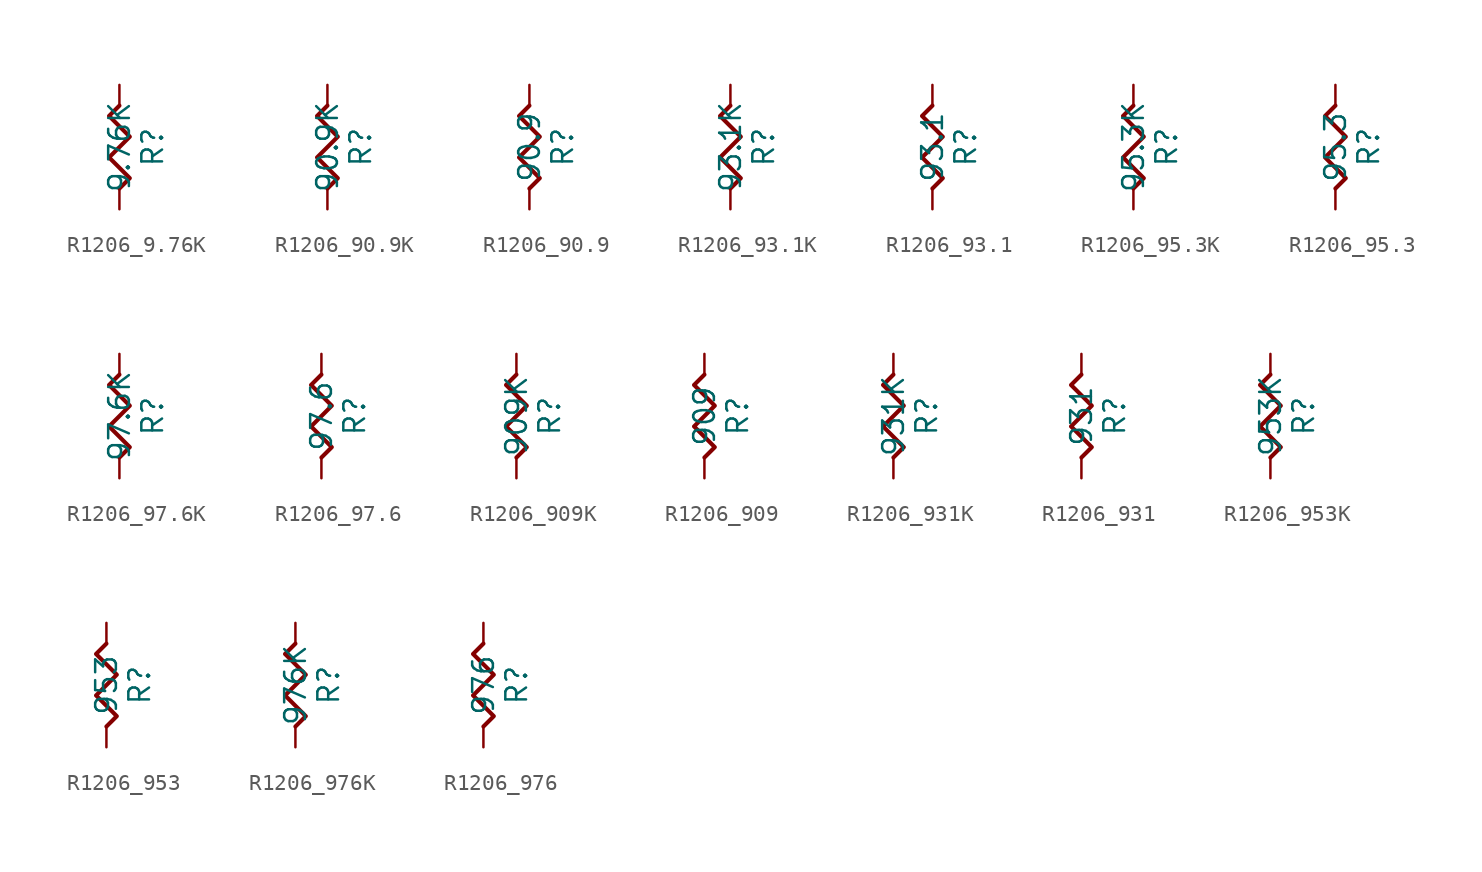
<source format=kicad_sym>
(kicad_symbol_lib
  (version 20211014)
  (generator atlantix-eda)
  (symbol "R1206_9.76K"
    (pin_numbers hide)
    (pin_names
      (offset 0))
    (property "Reference" "R"
      (at 2.032 0 90)
      (effects (font (size 1.27 1.27))))
    (property "Value" "9.76K"
      (at 0 0 90)
      (effects (font (size 1.27 1.27))))
    (symbol "R1206_9.76K_0_1"
      (polyline (pts (xy 0 -2.54) (xy 0.635 -1.905) (xy -0.635 -0.635) (xy 0.635 0.635) (xy -0.635 1.905) (xy 0 2.54)) (stroke (width 0.254) (type default) (color 0 0 0 0)) (fill (type none))))
    (symbol "R1206_9.76K_1_1"
      (pin passive line (at 0 3.81 270) (length 1.27) (name "~" (effects (font (size 1.27 1.27)))) (number "1" (effects (font (size 1.27 1.27)))))
      (pin passive line (at 0 -3.81 90) (length 1.27) (name "~" (effects (font (size 1.27 1.27)))) (number "2" (effects (font (size 1.27 1.27)))))))
  (symbol "R1206_90.9K"
    (pin_numbers hide)
    (pin_names
      (offset 0))
    (property "Reference" "R"
      (at 2.032 0 90)
      (effects (font (size 1.27 1.27))))
    (property "Value" "90.9K"
      (at 0 0 90)
      (effects (font (size 1.27 1.27))))
    (symbol "R1206_90.9K_0_1"
      (polyline (pts (xy 0 -2.54) (xy 0.635 -1.905) (xy -0.635 -0.635) (xy 0.635 0.635) (xy -0.635 1.905) (xy 0 2.54)) (stroke (width 0.254) (type default) (color 0 0 0 0)) (fill (type none))))
    (symbol "R1206_90.9K_1_1"
      (pin passive line (at 0 3.81 270) (length 1.27) (name "~" (effects (font (size 1.27 1.27)))) (number "1" (effects (font (size 1.27 1.27)))))
      (pin passive line (at 0 -3.81 90) (length 1.27) (name "~" (effects (font (size 1.27 1.27)))) (number "2" (effects (font (size 1.27 1.27)))))))
  (symbol "R1206_90.9"
    (pin_numbers hide)
    (pin_names
      (offset 0))
    (property "Reference" "R"
      (at 2.032 0 90)
      (effects (font (size 1.27 1.27))))
    (property "Value" "90.9"
      (at 0 0 90)
      (effects (font (size 1.27 1.27))))
    (symbol "R1206_90.9_0_1"
      (polyline (pts (xy 0 -2.54) (xy 0.635 -1.905) (xy -0.635 -0.635) (xy 0.635 0.635) (xy -0.635 1.905) (xy 0 2.54)) (stroke (width 0.254) (type default) (color 0 0 0 0)) (fill (type none))))
    (symbol "R1206_90.9_1_1"
      (pin passive line (at 0 3.81 270) (length 1.27) (name "~" (effects (font (size 1.27 1.27)))) (number "1" (effects (font (size 1.27 1.27)))))
      (pin passive line (at 0 -3.81 90) (length 1.27) (name "~" (effects (font (size 1.27 1.27)))) (number "2" (effects (font (size 1.27 1.27)))))))
  (symbol "R1206_93.1K"
    (pin_numbers hide)
    (pin_names
      (offset 0))
    (property "Reference" "R"
      (at 2.032 0 90)
      (effects (font (size 1.27 1.27))))
    (property "Value" "93.1K"
      (at 0 0 90)
      (effects (font (size 1.27 1.27))))
    (symbol "R1206_93.1K_0_1"
      (polyline (pts (xy 0 -2.54) (xy 0.635 -1.905) (xy -0.635 -0.635) (xy 0.635 0.635) (xy -0.635 1.905) (xy 0 2.54)) (stroke (width 0.254) (type default) (color 0 0 0 0)) (fill (type none))))
    (symbol "R1206_93.1K_1_1"
      (pin passive line (at 0 3.81 270) (length 1.27) (name "~" (effects (font (size 1.27 1.27)))) (number "1" (effects (font (size 1.27 1.27)))))
      (pin passive line (at 0 -3.81 90) (length 1.27) (name "~" (effects (font (size 1.27 1.27)))) (number "2" (effects (font (size 1.27 1.27)))))))
  (symbol "R1206_93.1"
    (pin_numbers hide)
    (pin_names
      (offset 0))
    (property "Reference" "R"
      (at 2.032 0 90)
      (effects (font (size 1.27 1.27))))
    (property "Value" "93.1"
      (at 0 0 90)
      (effects (font (size 1.27 1.27))))
    (symbol "R1206_93.1_0_1"
      (polyline (pts (xy 0 -2.54) (xy 0.635 -1.905) (xy -0.635 -0.635) (xy 0.635 0.635) (xy -0.635 1.905) (xy 0 2.54)) (stroke (width 0.254) (type default) (color 0 0 0 0)) (fill (type none))))
    (symbol "R1206_93.1_1_1"
      (pin passive line (at 0 3.81 270) (length 1.27) (name "~" (effects (font (size 1.27 1.27)))) (number "1" (effects (font (size 1.27 1.27)))))
      (pin passive line (at 0 -3.81 90) (length 1.27) (name "~" (effects (font (size 1.27 1.27)))) (number "2" (effects (font (size 1.27 1.27)))))))
  (symbol "R1206_95.3K"
    (pin_numbers hide)
    (pin_names
      (offset 0))
    (property "Reference" "R"
      (at 2.032 0 90)
      (effects (font (size 1.27 1.27))))
    (property "Value" "95.3K"
      (at 0 0 90)
      (effects (font (size 1.27 1.27))))
    (symbol "R1206_95.3K_0_1"
      (polyline (pts (xy 0 -2.54) (xy 0.635 -1.905) (xy -0.635 -0.635) (xy 0.635 0.635) (xy -0.635 1.905) (xy 0 2.54)) (stroke (width 0.254) (type default) (color 0 0 0 0)) (fill (type none))))
    (symbol "R1206_95.3K_1_1"
      (pin passive line (at 0 3.81 270) (length 1.27) (name "~" (effects (font (size 1.27 1.27)))) (number "1" (effects (font (size 1.27 1.27)))))
      (pin passive line (at 0 -3.81 90) (length 1.27) (name "~" (effects (font (size 1.27 1.27)))) (number "2" (effects (font (size 1.27 1.27)))))))
  (symbol "R1206_95.3"
    (pin_numbers hide)
    (pin_names
      (offset 0))
    (property "Reference" "R"
      (at 2.032 0 90)
      (effects (font (size 1.27 1.27))))
    (property "Value" "95.3"
      (at 0 0 90)
      (effects (font (size 1.27 1.27))))
    (symbol "R1206_95.3_0_1"
      (polyline (pts (xy 0 -2.54) (xy 0.635 -1.905) (xy -0.635 -0.635) (xy 0.635 0.635) (xy -0.635 1.905) (xy 0 2.54)) (stroke (width 0.254) (type default) (color 0 0 0 0)) (fill (type none))))
    (symbol "R1206_95.3_1_1"
      (pin passive line (at 0 3.81 270) (length 1.27) (name "~" (effects (font (size 1.27 1.27)))) (number "1" (effects (font (size 1.27 1.27)))))
      (pin passive line (at 0 -3.81 90) (length 1.27) (name "~" (effects (font (size 1.27 1.27)))) (number "2" (effects (font (size 1.27 1.27)))))))
  (symbol "R1206_97.6K"
    (pin_numbers hide)
    (pin_names
      (offset 0))
    (property "Reference" "R"
      (at 2.032 0 90)
      (effects (font (size 1.27 1.27))))
    (property "Value" "97.6K"
      (at 0 0 90)
      (effects (font (size 1.27 1.27))))
    (symbol "R1206_97.6K_0_1"
      (polyline (pts (xy 0 -2.54) (xy 0.635 -1.905) (xy -0.635 -0.635) (xy 0.635 0.635) (xy -0.635 1.905) (xy 0 2.54)) (stroke (width 0.254) (type default) (color 0 0 0 0)) (fill (type none))))
    (symbol "R1206_97.6K_1_1"
      (pin passive line (at 0 3.81 270) (length 1.27) (name "~" (effects (font (size 1.27 1.27)))) (number "1" (effects (font (size 1.27 1.27)))))
      (pin passive line (at 0 -3.81 90) (length 1.27) (name "~" (effects (font (size 1.27 1.27)))) (number "2" (effects (font (size 1.27 1.27)))))))
  (symbol "R1206_97.6"
    (pin_numbers hide)
    (pin_names
      (offset 0))
    (property "Reference" "R"
      (at 2.032 0 90)
      (effects (font (size 1.27 1.27))))
    (property "Value" "97.6"
      (at 0 0 90)
      (effects (font (size 1.27 1.27))))
    (symbol "R1206_97.6_0_1"
      (polyline (pts (xy 0 -2.54) (xy 0.635 -1.905) (xy -0.635 -0.635) (xy 0.635 0.635) (xy -0.635 1.905) (xy 0 2.54)) (stroke (width 0.254) (type default) (color 0 0 0 0)) (fill (type none))))
    (symbol "R1206_97.6_1_1"
      (pin passive line (at 0 3.81 270) (length 1.27) (name "~" (effects (font (size 1.27 1.27)))) (number "1" (effects (font (size 1.27 1.27)))))
      (pin passive line (at 0 -3.81 90) (length 1.27) (name "~" (effects (font (size 1.27 1.27)))) (number "2" (effects (font (size 1.27 1.27)))))))
  (symbol "R1206_909K"
    (pin_numbers hide)
    (pin_names
      (offset 0))
    (property "Reference" "R"
      (at 2.032 0 90)
      (effects (font (size 1.27 1.27))))
    (property "Value" "909K"
      (at 0 0 90)
      (effects (font (size 1.27 1.27))))
    (symbol "R1206_909K_0_1"
      (polyline (pts (xy 0 -2.54) (xy 0.635 -1.905) (xy -0.635 -0.635) (xy 0.635 0.635) (xy -0.635 1.905) (xy 0 2.54)) (stroke (width 0.254) (type default) (color 0 0 0 0)) (fill (type none))))
    (symbol "R1206_909K_1_1"
      (pin passive line (at 0 3.81 270) (length 1.27) (name "~" (effects (font (size 1.27 1.27)))) (number "1" (effects (font (size 1.27 1.27)))))
      (pin passive line (at 0 -3.81 90) (length 1.27) (name "~" (effects (font (size 1.27 1.27)))) (number "2" (effects (font (size 1.27 1.27)))))))
  (symbol "R1206_909"
    (pin_numbers hide)
    (pin_names
      (offset 0))
    (property "Reference" "R"
      (at 2.032 0 90)
      (effects (font (size 1.27 1.27))))
    (property "Value" "909"
      (at 0 0 90)
      (effects (font (size 1.27 1.27))))
    (symbol "R1206_909_0_1"
      (polyline (pts (xy 0 -2.54) (xy 0.635 -1.905) (xy -0.635 -0.635) (xy 0.635 0.635) (xy -0.635 1.905) (xy 0 2.54)) (stroke (width 0.254) (type default) (color 0 0 0 0)) (fill (type none))))
    (symbol "R1206_909_1_1"
      (pin passive line (at 0 3.81 270) (length 1.27) (name "~" (effects (font (size 1.27 1.27)))) (number "1" (effects (font (size 1.27 1.27)))))
      (pin passive line (at 0 -3.81 90) (length 1.27) (name "~" (effects (font (size 1.27 1.27)))) (number "2" (effects (font (size 1.27 1.27)))))))
  (symbol "R1206_931K"
    (pin_numbers hide)
    (pin_names
      (offset 0))
    (property "Reference" "R"
      (at 2.032 0 90)
      (effects (font (size 1.27 1.27))))
    (property "Value" "931K"
      (at 0 0 90)
      (effects (font (size 1.27 1.27))))
    (symbol "R1206_931K_0_1"
      (polyline (pts (xy 0 -2.54) (xy 0.635 -1.905) (xy -0.635 -0.635) (xy 0.635 0.635) (xy -0.635 1.905) (xy 0 2.54)) (stroke (width 0.254) (type default) (color 0 0 0 0)) (fill (type none))))
    (symbol "R1206_931K_1_1"
      (pin passive line (at 0 3.81 270) (length 1.27) (name "~" (effects (font (size 1.27 1.27)))) (number "1" (effects (font (size 1.27 1.27)))))
      (pin passive line (at 0 -3.81 90) (length 1.27) (name "~" (effects (font (size 1.27 1.27)))) (number "2" (effects (font (size 1.27 1.27)))))))
  (symbol "R1206_931"
    (pin_numbers hide)
    (pin_names
      (offset 0))
    (property "Reference" "R"
      (at 2.032 0 90)
      (effects (font (size 1.27 1.27))))
    (property "Value" "931"
      (at 0 0 90)
      (effects (font (size 1.27 1.27))))
    (symbol "R1206_931_0_1"
      (polyline (pts (xy 0 -2.54) (xy 0.635 -1.905) (xy -0.635 -0.635) (xy 0.635 0.635) (xy -0.635 1.905) (xy 0 2.54)) (stroke (width 0.254) (type default) (color 0 0 0 0)) (fill (type none))))
    (symbol "R1206_931_1_1"
      (pin passive line (at 0 3.81 270) (length 1.27) (name "~" (effects (font (size 1.27 1.27)))) (number "1" (effects (font (size 1.27 1.27)))))
      (pin passive line (at 0 -3.81 90) (length 1.27) (name "~" (effects (font (size 1.27 1.27)))) (number "2" (effects (font (size 1.27 1.27)))))))
  (symbol "R1206_953K"
    (pin_numbers hide)
    (pin_names
      (offset 0))
    (property "Reference" "R"
      (at 2.032 0 90)
      (effects (font (size 1.27 1.27))))
    (property "Value" "953K"
      (at 0 0 90)
      (effects (font (size 1.27 1.27))))
    (symbol "R1206_953K_0_1"
      (polyline (pts (xy 0 -2.54) (xy 0.635 -1.905) (xy -0.635 -0.635) (xy 0.635 0.635) (xy -0.635 1.905) (xy 0 2.54)) (stroke (width 0.254) (type default) (color 0 0 0 0)) (fill (type none))))
    (symbol "R1206_953K_1_1"
      (pin passive line (at 0 3.81 270) (length 1.27) (name "~" (effects (font (size 1.27 1.27)))) (number "1" (effects (font (size 1.27 1.27)))))
      (pin passive line (at 0 -3.81 90) (length 1.27) (name "~" (effects (font (size 1.27 1.27)))) (number "2" (effects (font (size 1.27 1.27)))))))
  (symbol "R1206_953"
    (pin_numbers hide)
    (pin_names
      (offset 0))
    (property "Reference" "R"
      (at 2.032 0 90)
      (effects (font (size 1.27 1.27))))
    (property "Value" "953"
      (at 0 0 90)
      (effects (font (size 1.27 1.27))))
    (symbol "R1206_953_0_1"
      (polyline (pts (xy 0 -2.54) (xy 0.635 -1.905) (xy -0.635 -0.635) (xy 0.635 0.635) (xy -0.635 1.905) (xy 0 2.54)) (stroke (width 0.254) (type default) (color 0 0 0 0)) (fill (type none))))
    (symbol "R1206_953_1_1"
      (pin passive line (at 0 3.81 270) (length 1.27) (name "~" (effects (font (size 1.27 1.27)))) (number "1" (effects (font (size 1.27 1.27)))))
      (pin passive line (at 0 -3.81 90) (length 1.27) (name "~" (effects (font (size 1.27 1.27)))) (number "2" (effects (font (size 1.27 1.27)))))))
  (symbol "R1206_976K"
    (pin_numbers hide)
    (pin_names
      (offset 0))
    (property "Reference" "R"
      (at 2.032 0 90)
      (effects (font (size 1.27 1.27))))
    (property "Value" "976K"
      (at 0 0 90)
      (effects (font (size 1.27 1.27))))
    (symbol "R1206_976K_0_1"
      (polyline (pts (xy 0 -2.54) (xy 0.635 -1.905) (xy -0.635 -0.635) (xy 0.635 0.635) (xy -0.635 1.905) (xy 0 2.54)) (stroke (width 0.254) (type default) (color 0 0 0 0)) (fill (type none))))
    (symbol "R1206_976K_1_1"
      (pin passive line (at 0 3.81 270) (length 1.27) (name "~" (effects (font (size 1.27 1.27)))) (number "1" (effects (font (size 1.27 1.27)))))
      (pin passive line (at 0 -3.81 90) (length 1.27) (name "~" (effects (font (size 1.27 1.27)))) (number "2" (effects (font (size 1.27 1.27)))))))
  (symbol "R1206_976"
    (pin_numbers hide)
    (pin_names
      (offset 0))
    (property "Reference" "R"
      (at 2.032 0 90)
      (effects (font (size 1.27 1.27))))
    (property "Value" "976"
      (at 0 0 90)
      (effects (font (size 1.27 1.27))))
    (symbol "R1206_976_0_1"
      (polyline (pts (xy 0 -2.54) (xy 0.635 -1.905) (xy -0.635 -0.635) (xy 0.635 0.635) (xy -0.635 1.905) (xy 0 2.54)) (stroke (width 0.254) (type default) (color 0 0 0 0)) (fill (type none))))
    (symbol "R1206_976_1_1"
      (pin passive line (at 0 3.81 270) (length 1.27) (name "~" (effects (font (size 1.27 1.27)))) (number "1" (effects (font (size 1.27 1.27)))))
      (pin passive line (at 0 -3.81 90) (length 1.27) (name "~" (effects (font (size 1.27 1.27)))) (number "2" (effects (font (size 1.27 1.27))))))))
</source>
